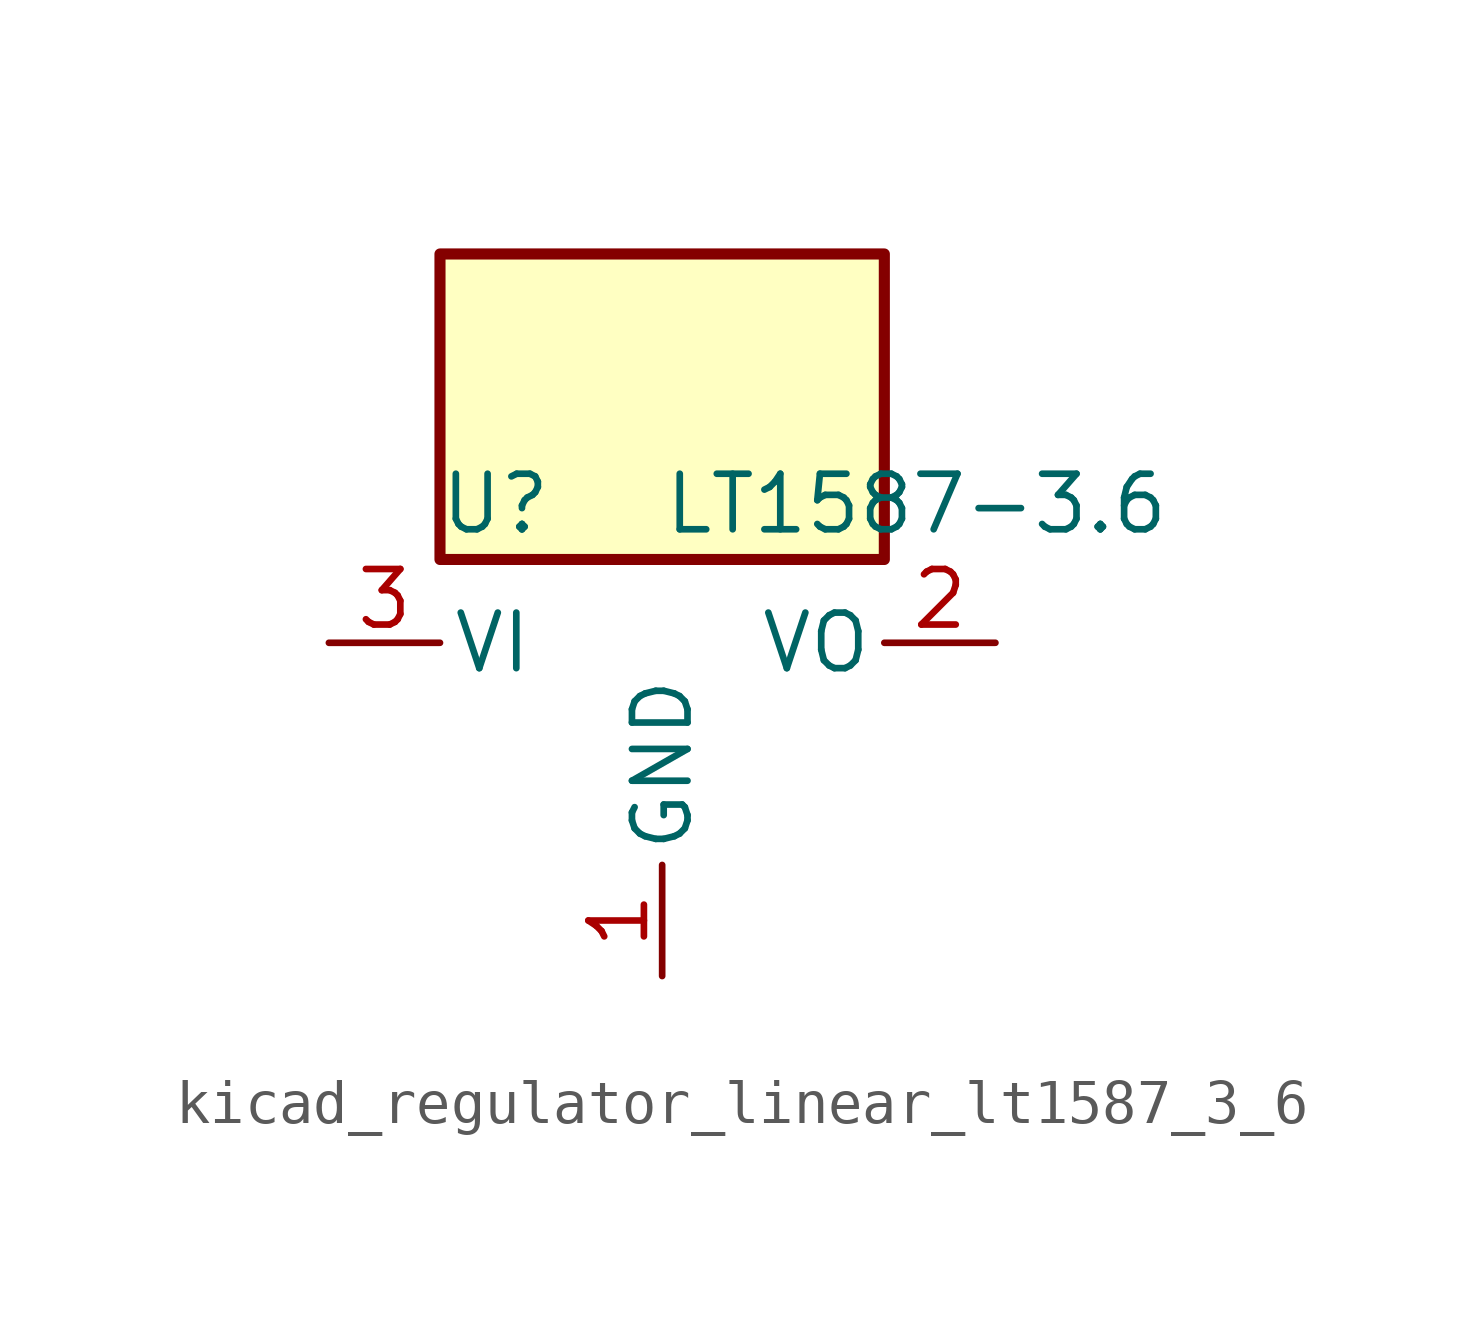
<source format=kicad_sym>
(kicad_symbol_lib
  (version 20220914)
  (generator kicad_symbol_editor)
  (symbol "kicad_regulator_linear_lt1587_3_6"
    (pin_names
      (offset 0.254))
    (property "Reference" "U"
      (at -3.81 3.175 0)
      (effects (font (size 1.27 1.27))))
    (property "Value" "LT1587-3.6"
      (at 0 3.175 0)
      (effects (font (size 1.27 1.27)) (justify left)))
    (symbol "kicad_regulator_linear_lt1587_3_6_0_1"
      (rectangle (start 5.08 8.89) (end -5.08 1.905) (stroke (width 0.254) (type default)) (fill (type background))))
    (symbol "kicad_regulator_linear_lt1587_3_6_1_1"
      (pin power_in line (at 0 -7.62 90) (length 2.54) (name "GND" (effects (font (size 1.27 1.27)))) (number "1" (effects (font (size 1.27 1.27)))))
      (pin power_out line (at 7.62 0 180) (length 2.54) (name "VO" (effects (font (size 1.27 1.27)))) (number "2" (effects (font (size 1.27 1.27)))))
      (pin power_in line (at -7.62 0 0) (length 2.54) (name "VI" (effects (font (size 1.27 1.27)))) (number "3" (effects (font (size 1.27 1.27))))))))
</source>
